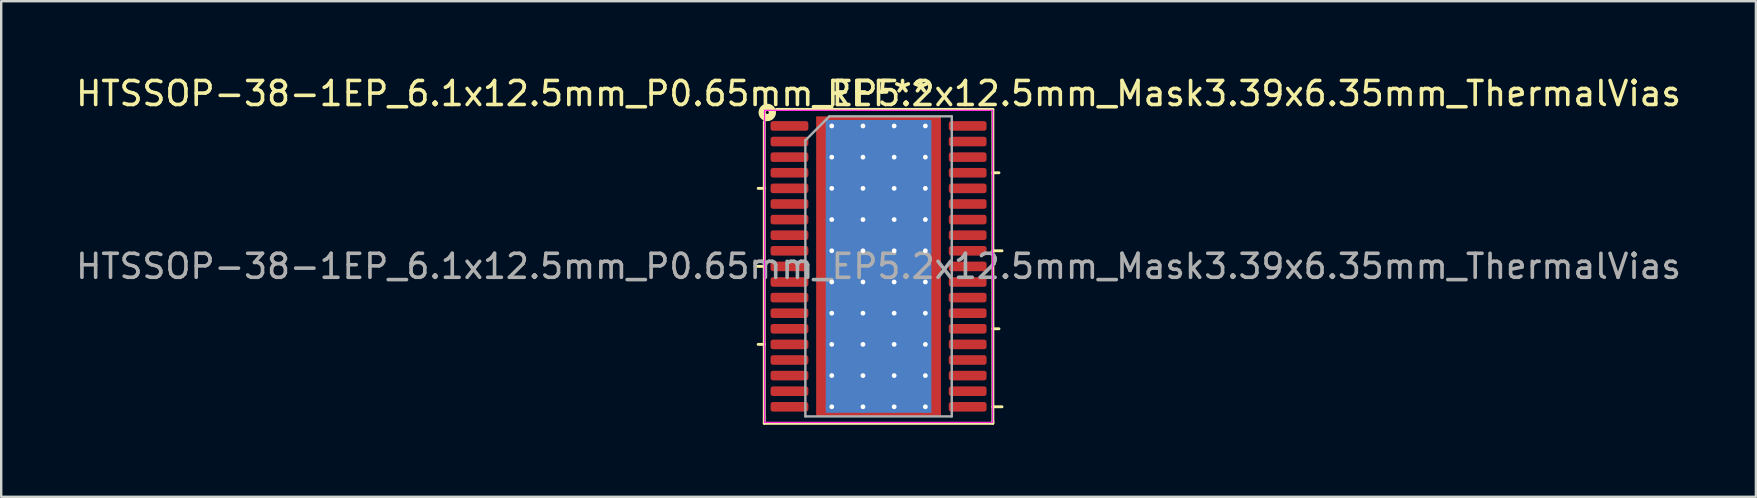
<source format=kicad_pcb>
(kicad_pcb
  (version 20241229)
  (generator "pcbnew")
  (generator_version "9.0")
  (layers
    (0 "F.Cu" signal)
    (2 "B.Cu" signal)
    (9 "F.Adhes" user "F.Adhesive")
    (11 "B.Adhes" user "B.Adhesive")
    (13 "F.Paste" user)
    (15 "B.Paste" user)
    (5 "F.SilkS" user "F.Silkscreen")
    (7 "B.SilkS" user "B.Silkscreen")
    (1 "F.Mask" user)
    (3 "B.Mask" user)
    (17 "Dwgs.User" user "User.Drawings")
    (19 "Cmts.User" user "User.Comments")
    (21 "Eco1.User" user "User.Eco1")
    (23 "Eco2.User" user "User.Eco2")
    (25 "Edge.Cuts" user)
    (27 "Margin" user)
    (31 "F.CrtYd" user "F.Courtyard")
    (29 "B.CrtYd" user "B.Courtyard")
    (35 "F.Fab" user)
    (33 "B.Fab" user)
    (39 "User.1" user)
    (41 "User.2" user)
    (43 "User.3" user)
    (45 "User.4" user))
  (footprint "HTSSOP-38-1EP_6.1x12.5mm_P0.65mm_EP5.2x12.5mm_Mask3.39x6.35mm_ThermalVias"
    (layer "F.Cu")
    (at 33.554 8.048)
    (property "Reference" "HTSSOP-38-1EP_6.1x12.5mm_P0.65mm_EP5.2x12.5mm_Mask3.39x6.35mm_ThermalVias" (at 0 -7.2 0) (layer "F.SilkS") (effects (font (size 1 1) (thickness 0.15))))
    (attr smd)
    (fp_line (start -4.763 -3.25) (end -5.016 -3.25) (stroke (width 0.12) (type solid)) (layer "F.SilkS"))
    (fp_line (start -4.763 0) (end -5.144 0) (stroke (width 0.12) (type solid)) (layer "F.SilkS"))
    (fp_line (start -4.763 3.25) (end -5.016 3.25) (stroke (width 0.12) (type solid)) (layer "F.SilkS"))
    (fp_line (start -4.763 6.54) (end -4.763 -6.032) (stroke (width 0.12) (type solid)) (layer "F.SilkS"))
    (fp_line (start -4.255 -6.54) (end 4.763 -6.54) (stroke (width 0.12) (type solid)) (layer "F.SilkS"))
    (fp_line (start 4.763 -6.54) (end 4.763 6.477) (stroke (width 0.12) (type solid)) (layer "F.SilkS"))
    (fp_line (start 4.763 -3.9) (end 5.016 -3.9) (stroke (width 0.12) (type solid)) (layer "F.SilkS"))
    (fp_line (start 4.763 -0.65) (end 5.144 -0.65) (stroke (width 0.12) (type solid)) (layer "F.SilkS"))
    (fp_line (start 4.763 2.6) (end 5.016 2.6) (stroke (width 0.12) (type solid)) (layer "F.SilkS"))
    (fp_line (start 4.763 5.85) (end 5.144 5.85) (stroke (width 0.12) (type solid)) (layer "F.SilkS"))
    (fp_line (start 4.763 6.477) (end 4.763 6.54) (stroke (width 0.12) (type solid)) (layer "F.SilkS"))
    (fp_line (start 4.763 6.54) (end -4.763 6.54) (stroke (width 0.12) (type solid)) (layer "F.SilkS"))
    (fp_circle (center -4.636 -6.413) (end -4.572 -6.413) (stroke (width 0.3) (type solid)) (fill no) (layer "F.SilkS"))
    (fp_line (start -4.75 -6.5) (end -4.75 6.5) (stroke (width 0.05) (type solid)) (layer "F.CrtYd"))
    (fp_line (start -4.75 6.5) (end 4.75 6.5) (stroke (width 0.05) (type solid)) (layer "F.CrtYd"))
    (fp_line (start 4.75 -6.5) (end -4.75 -6.5) (stroke (width 0.05) (type solid)) (layer "F.CrtYd"))
    (fp_line (start 4.75 6.5) (end 4.75 -6.5) (stroke (width 0.05) (type solid)) (layer "F.CrtYd"))
    (fp_line (start -3.05 -5.25) (end -2.05 -6.25) (stroke (width 0.1) (type solid)) (layer "F.Fab"))
    (fp_line (start -3.05 6.25) (end -3.05 -5.25) (stroke (width 0.1) (type solid)) (layer "F.Fab"))
    (fp_line (start -2.05 -6.25) (end 3.05 -6.25) (stroke (width 0.1) (type solid)) (layer "F.Fab"))
    (fp_line (start 3.05 -6.25) (end 3.05 6.25) (stroke (width 0.1) (type solid)) (layer "F.Fab"))
    (fp_line (start 3.05 6.25) (end -3.05 6.25) (stroke (width 0.1) (type solid)) (layer "F.Fab"))
    (fp_text user "REF**" (at 0 -7.2 0) (layer "F.SilkS") (effects (font (size 1 1) (thickness 0.15))))
    (fp_text user "${REFERENCE}" (at 0 0 0) (layer "F.Fab") (effects (font (size 1 1) (thickness 0.15))))
    (pad "" smd roundrect (at -0.85 -2.12) (size 1.37 1.71) (layers "F.Paste") (roundrect_rratio 0.182))
    (pad "" smd roundrect (at -0.85 0) (size 1.37 1.71) (layers "F.Paste") (roundrect_rratio 0.182))
    (pad "" smd roundrect (at -0.85 2.12) (size 1.37 1.71) (layers "F.Paste") (roundrect_rratio 0.182))
    (pad "" smd rect (at 0 0) (size 3.39 6.35) (layers "F.Mask"))
    (pad "" smd roundrect (at 0.85 -2.12) (size 1.37 1.71) (layers "F.Paste") (roundrect_rratio 0.182))
    (pad "" smd roundrect (at 0.85 0) (size 1.37 1.71) (layers "F.Paste") (roundrect_rratio 0.182))
    (pad "" smd roundrect (at 0.85 2.12) (size 1.37 1.71) (layers "F.Paste") (roundrect_rratio 0.182))
    (pad "1" smd roundrect (at -3.712 -5.85) (size 1.575 0.4) (layers "F.Cu" "F.Mask" "F.Paste") (roundrect_rratio 0.25))
    (pad "2" smd roundrect (at -3.712 -5.2) (size 1.575 0.4) (layers "F.Cu" "F.Mask" "F.Paste") (roundrect_rratio 0.25))
    (pad "3" smd roundrect (at -3.712 -4.55) (size 1.575 0.4) (layers "F.Cu" "F.Mask" "F.Paste") (roundrect_rratio 0.25))
    (pad "4" smd roundrect (at -3.712 -3.9) (size 1.575 0.4) (layers "F.Cu" "F.Mask" "F.Paste") (roundrect_rratio 0.25))
    (pad "5" smd roundrect (at -3.712 -3.25) (size 1.575 0.4) (layers "F.Cu" "F.Mask" "F.Paste") (roundrect_rratio 0.25))
    (pad "6" smd roundrect (at -3.712 -2.6) (size 1.575 0.4) (layers "F.Cu" "F.Mask" "F.Paste") (roundrect_rratio 0.25))
    (pad "7" smd roundrect (at -3.712 -1.95) (size 1.575 0.4) (layers "F.Cu" "F.Mask" "F.Paste") (roundrect_rratio 0.25))
    (pad "8" smd roundrect (at -3.712 -1.3) (size 1.575 0.4) (layers "F.Cu" "F.Mask" "F.Paste") (roundrect_rratio 0.25))
    (pad "9" smd roundrect (at -3.712 -0.65) (size 1.575 0.4) (layers "F.Cu" "F.Mask" "F.Paste") (roundrect_rratio 0.25))
    (pad "10" smd roundrect (at -3.712 0) (size 1.575 0.4) (layers "F.Cu" "F.Mask" "F.Paste") (roundrect_rratio 0.25))
    (pad "11" smd roundrect (at -3.712 0.65) (size 1.575 0.4) (layers "F.Cu" "F.Mask" "F.Paste") (roundrect_rratio 0.25))
    (pad "12" smd roundrect (at -3.712 1.3) (size 1.575 0.4) (layers "F.Cu" "F.Mask" "F.Paste") (roundrect_rratio 0.25))
    (pad "13" smd roundrect (at -3.712 1.95) (size 1.575 0.4) (layers "F.Cu" "F.Mask" "F.Paste") (roundrect_rratio 0.25))
    (pad "14" smd roundrect (at -3.712 2.6) (size 1.575 0.4) (layers "F.Cu" "F.Mask" "F.Paste") (roundrect_rratio 0.25))
    (pad "15" smd roundrect (at -3.712 3.25) (size 1.575 0.4) (layers "F.Cu" "F.Mask" "F.Paste") (roundrect_rratio 0.25))
    (pad "16" smd roundrect (at -3.712 3.9) (size 1.575 0.4) (layers "F.Cu" "F.Mask" "F.Paste") (roundrect_rratio 0.25))
    (pad "17" smd roundrect (at -3.712 4.55) (size 1.575 0.4) (layers "F.Cu" "F.Mask" "F.Paste") (roundrect_rratio 0.25))
    (pad "18" smd roundrect (at -3.712 5.2) (size 1.575 0.4) (layers "F.Cu" "F.Mask" "F.Paste") (roundrect_rratio 0.25))
    (pad "19" smd roundrect (at -3.712 5.85) (size 1.575 0.4) (layers "F.Cu" "F.Mask" "F.Paste") (roundrect_rratio 0.25))
    (pad "20" smd roundrect (at 3.712 5.85) (size 1.575 0.4) (layers "F.Cu" "F.Mask" "F.Paste") (roundrect_rratio 0.25))
    (pad "21" smd roundrect (at 3.712 5.2) (size 1.575 0.4) (layers "F.Cu" "F.Mask" "F.Paste") (roundrect_rratio 0.25))
    (pad "22" smd roundrect (at 3.712 4.55) (size 1.575 0.4) (layers "F.Cu" "F.Mask" "F.Paste") (roundrect_rratio 0.25))
    (pad "23" smd roundrect (at 3.712 3.9) (size 1.575 0.4) (layers "F.Cu" "F.Mask" "F.Paste") (roundrect_rratio 0.25))
    (pad "24" smd roundrect (at 3.712 3.25) (size 1.575 0.4) (layers "F.Cu" "F.Mask" "F.Paste") (roundrect_rratio 0.25))
    (pad "25" smd roundrect (at 3.712 2.6) (size 1.575 0.4) (layers "F.Cu" "F.Mask" "F.Paste") (roundrect_rratio 0.25))
    (pad "26" smd roundrect (at 3.712 1.95) (size 1.575 0.4) (layers "F.Cu" "F.Mask" "F.Paste") (roundrect_rratio 0.25))
    (pad "27" smd roundrect (at 3.712 1.3) (size 1.575 0.4) (layers "F.Cu" "F.Mask" "F.Paste") (roundrect_rratio 0.25))
    (pad "28" smd roundrect (at 3.712 0.65) (size 1.575 0.4) (layers "F.Cu" "F.Mask" "F.Paste") (roundrect_rratio 0.25))
    (pad "29" smd roundrect (at 3.712 0) (size 1.575 0.4) (layers "F.Cu" "F.Mask" "F.Paste") (roundrect_rratio 0.25))
    (pad "30" smd roundrect (at 3.712 -0.65) (size 1.575 0.4) (layers "F.Cu" "F.Mask" "F.Paste") (roundrect_rratio 0.25))
    (pad "31" smd roundrect (at 3.712 -1.3) (size 1.575 0.4) (layers "F.Cu" "F.Mask" "F.Paste") (roundrect_rratio 0.25))
    (pad "32" smd roundrect (at 3.712 -1.95) (size 1.575 0.4) (layers "F.Cu" "F.Mask" "F.Paste") (roundrect_rratio 0.25))
    (pad "33" smd roundrect (at 3.712 -2.6) (size 1.575 0.4) (layers "F.Cu" "F.Mask" "F.Paste") (roundrect_rratio 0.25))
    (pad "34" smd roundrect (at 3.712 -3.25) (size 1.575 0.4) (layers "F.Cu" "F.Mask" "F.Paste") (roundrect_rratio 0.25))
    (pad "35" smd roundrect (at 3.712 -3.9) (size 1.575 0.4) (layers "F.Cu" "F.Mask" "F.Paste") (roundrect_rratio 0.25))
    (pad "36" smd roundrect (at 3.712 -4.55) (size 1.575 0.4) (layers "F.Cu" "F.Mask" "F.Paste") (roundrect_rratio 0.25))
    (pad "37" smd roundrect (at 3.712 -5.2) (size 1.575 0.4) (layers "F.Cu" "F.Mask" "F.Paste") (roundrect_rratio 0.25))
    (pad "38" smd roundrect (at 3.712 -5.85) (size 1.575 0.4) (layers "F.Cu" "F.Mask" "F.Paste") (roundrect_rratio 0.25))
    (pad "39" thru_hole circle (at -1.95 -5.85) (size 0.5 0.5) (drill 0.2) (layers "*.Cu"))
    (pad "39" thru_hole circle (at -1.95 -4.55) (size 0.5 0.5) (drill 0.2) (layers "*.Cu"))
    (pad "39" thru_hole circle (at -1.95 -3.25) (size 0.5 0.5) (drill 0.2) (layers "*.Cu"))
    (pad "39" thru_hole circle (at -1.95 -1.95) (size 0.5 0.5) (drill 0.2) (layers "*.Cu"))
    (pad "39" thru_hole circle (at -1.95 -0.65) (size 0.5 0.5) (drill 0.2) (layers "*.Cu"))
    (pad "39" thru_hole circle (at -1.95 0.65) (size 0.5 0.5) (drill 0.2) (layers "*.Cu"))
    (pad "39" thru_hole circle (at -1.95 1.95) (size 0.5 0.5) (drill 0.2) (layers "*.Cu"))
    (pad "39" thru_hole circle (at -1.95 3.25) (size 0.5 0.5) (drill 0.2) (layers "*.Cu"))
    (pad "39" thru_hole circle (at -1.95 4.55) (size 0.5 0.5) (drill 0.2) (layers "*.Cu"))
    (pad "39" thru_hole circle (at -1.95 5.85) (size 0.5 0.5) (drill 0.2) (layers "*.Cu"))
    (pad "39" thru_hole circle (at -0.65 -5.85) (size 0.5 0.5) (drill 0.2) (layers "*.Cu"))
    (pad "39" thru_hole circle (at -0.65 -4.55) (size 0.5 0.5) (drill 0.2) (layers "*.Cu"))
    (pad "39" thru_hole circle (at -0.65 -3.25) (size 0.5 0.5) (drill 0.2) (layers "*.Cu"))
    (pad "39" thru_hole circle (at -0.65 -1.95) (size 0.5 0.5) (drill 0.2) (layers "*.Cu"))
    (pad "39" thru_hole circle (at -0.65 -0.65) (size 0.5 0.5) (drill 0.2) (layers "*.Cu"))
    (pad "39" thru_hole circle (at -0.65 0.65) (size 0.5 0.5) (drill 0.2) (layers "*.Cu"))
    (pad "39" thru_hole circle (at -0.65 1.95) (size 0.5 0.5) (drill 0.2) (layers "*.Cu"))
    (pad "39" thru_hole circle (at -0.65 3.25) (size 0.5 0.5) (drill 0.2) (layers "*.Cu"))
    (pad "39" thru_hole circle (at -0.65 4.55) (size 0.5 0.5) (drill 0.2) (layers "*.Cu"))
    (pad "39" thru_hole circle (at -0.65 5.85) (size 0.5 0.5) (drill 0.2) (layers "*.Cu"))
    (pad "39" smd rect (at 0 0) (size 4.4 12.2) (layers "B.Cu" "B.Mask"))
    (pad "39" smd rect (at 0 0) (size 5.2 12.5) (layers "F.Cu"))
    (pad "39" thru_hole circle (at 0.65 -5.85) (size 0.5 0.5) (drill 0.2) (layers "*.Cu"))
    (pad "39" thru_hole circle (at 0.65 -4.55) (size 0.5 0.5) (drill 0.2) (layers "*.Cu"))
    (pad "39" thru_hole circle (at 0.65 -3.25) (size 0.5 0.5) (drill 0.2) (layers "*.Cu"))
    (pad "39" thru_hole circle (at 0.65 -1.95) (size 0.5 0.5) (drill 0.2) (layers "*.Cu"))
    (pad "39" thru_hole circle (at 0.65 -0.65) (size 0.5 0.5) (drill 0.2) (layers "*.Cu"))
    (pad "39" thru_hole circle (at 0.65 0.65) (size 0.5 0.5) (drill 0.2) (layers "*.Cu"))
    (pad "39" thru_hole circle (at 0.65 1.95) (size 0.5 0.5) (drill 0.2) (layers "*.Cu"))
    (pad "39" thru_hole circle (at 0.65 3.25) (size 0.5 0.5) (drill 0.2) (layers "*.Cu"))
    (pad "39" thru_hole circle (at 0.65 4.55) (size 0.5 0.5) (drill 0.2) (layers "*.Cu"))
    (pad "39" thru_hole circle (at 0.65 5.85) (size 0.5 0.5) (drill 0.2) (layers "*.Cu"))
    (pad "39" thru_hole circle (at 1.95 -5.85) (size 0.5 0.5) (drill 0.2) (layers "*.Cu"))
    (pad "39" thru_hole circle (at 1.95 -4.55) (size 0.5 0.5) (drill 0.2) (layers "*.Cu"))
    (pad "39" thru_hole circle (at 1.95 -3.25) (size 0.5 0.5) (drill 0.2) (layers "*.Cu"))
    (pad "39" thru_hole circle (at 1.95 -1.95) (size 0.5 0.5) (drill 0.2) (layers "*.Cu"))
    (pad "39" thru_hole circle (at 1.95 -0.65) (size 0.5 0.5) (drill 0.2) (layers "*.Cu"))
    (pad "39" thru_hole circle (at 1.95 0.65) (size 0.5 0.5) (drill 0.2) (layers "*.Cu"))
    (pad "39" thru_hole circle (at 1.95 1.95) (size 0.5 0.5) (drill 0.2) (layers "*.Cu"))
    (pad "39" thru_hole circle (at 1.95 3.25) (size 0.5 0.5) (drill 0.2) (layers "*.Cu"))
    (pad "39" thru_hole circle (at 1.95 4.55) (size 0.5 0.5) (drill 0.2) (layers "*.Cu"))
    (pad "39" thru_hole circle (at 1.95 5.85) (size 0.5 0.5) (drill 0.2) (layers "*.Cu")))
  (gr_rect
    (start -3 -3)
    (end 70.107 17.649)
    (stroke (width 0.1) (type default))
    (fill no)
    (layer "Edge.Cuts")))
</source>
